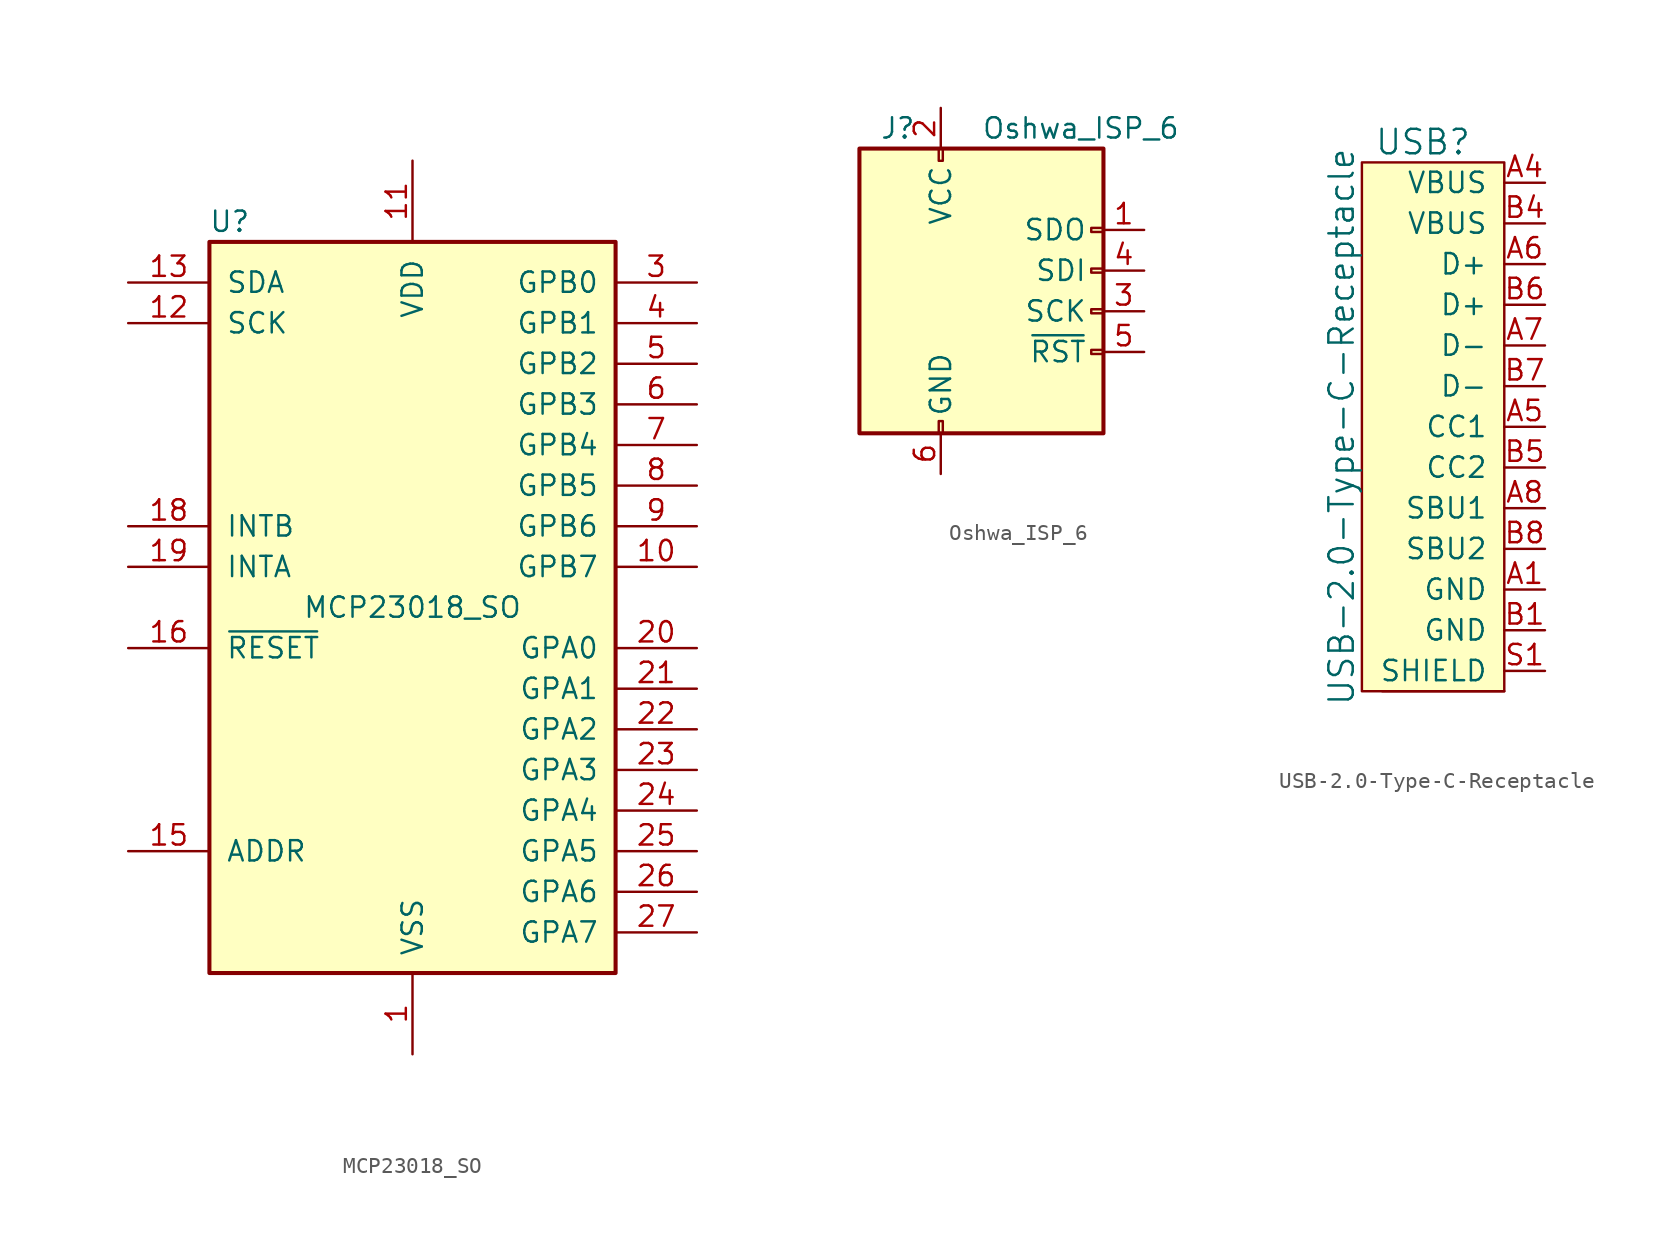
<source format=kicad_sym>
(kicad_symbol_lib
  (version 20211014)
  (generator kicad_symbol_editor)
  (symbol "MCP23018_SO"
    (pin_names
      (offset 1.016))
    (property "Reference" "U"
      (at -11.43 24.13 0)
      (effects (font (size 1.27 1.27))))
    (property "Value" "MCP23018_SO"
      (at 0 0 0)
      (effects (font (size 1.27 1.27))))
    (symbol "MCP23018_SO_0_1"
      (rectangle (start -12.7 22.86) (end 12.7 -22.86) (stroke (width 0.254) (type default) (color 0 0 0 0)) (fill (type background))))
    (symbol "MCP23018_SO_1_1"
      (pin power_in line (at 0 -27.94 90) (length 5.08) (name "VSS" (effects (font (size 1.27 1.27)))) (number "1" (effects (font (size 1.27 1.27)))))
      (pin bidirectional line (at 17.78 2.54 180) (length 5.08) (name "GPB7" (effects (font (size 1.27 1.27)))) (number "10" (effects (font (size 1.27 1.27)))))
      (pin power_in line (at 0 27.94 270) (length 5.08) (name "VDD" (effects (font (size 1.27 1.27)))) (number "11" (effects (font (size 1.27 1.27)))))
      (pin input line (at -17.78 17.78 0) (length 5.08) (name "SCK" (effects (font (size 1.27 1.27)))) (number "12" (effects (font (size 1.27 1.27)))))
      (pin bidirectional line (at -17.78 20.32 0) (length 5.08) (name "SDA" (effects (font (size 1.27 1.27)))) (number "13" (effects (font (size 1.27 1.27)))))
      (pin no_connect line (at -12.7 12.7 0) (length 5.08) hide (name "NC" (effects (font (size 1.27 1.27)))) (number "14" (effects (font (size 1.27 1.27)))))
      (pin input line (at -17.78 -15.24 0) (length 5.08) (name "ADDR" (effects (font (size 1.27 1.27)))) (number "15" (effects (font (size 1.27 1.27)))))
      (pin input line (at -17.78 -2.54 0) (length 5.08) (name "~{RESET}" (effects (font (size 1.27 1.27)))) (number "16" (effects (font (size 1.27 1.27)))))
      (pin no_connect line (at -12.7 10.16 0) (length 5.08) hide (name "NC" (effects (font (size 1.27 1.27)))) (number "17" (effects (font (size 1.27 1.27)))))
      (pin tri_state line (at -17.78 5.08 0) (length 5.08) (name "INTB" (effects (font (size 1.27 1.27)))) (number "18" (effects (font (size 1.27 1.27)))))
      (pin tri_state line (at -17.78 2.54 0) (length 5.08) (name "INTA" (effects (font (size 1.27 1.27)))) (number "19" (effects (font (size 1.27 1.27)))))
      (pin no_connect line (at -12.7 15.24 0) (length 5.08) hide (name "NC" (effects (font (size 1.27 1.27)))) (number "2" (effects (font (size 1.27 1.27)))))
      (pin bidirectional line (at 17.78 -2.54 180) (length 5.08) (name "GPA0" (effects (font (size 1.27 1.27)))) (number "20" (effects (font (size 1.27 1.27)))))
      (pin bidirectional line (at 17.78 -5.08 180) (length 5.08) (name "GPA1" (effects (font (size 1.27 1.27)))) (number "21" (effects (font (size 1.27 1.27)))))
      (pin bidirectional line (at 17.78 -7.62 180) (length 5.08) (name "GPA2" (effects (font (size 1.27 1.27)))) (number "22" (effects (font (size 1.27 1.27)))))
      (pin bidirectional line (at 17.78 -10.16 180) (length 5.08) (name "GPA3" (effects (font (size 1.27 1.27)))) (number "23" (effects (font (size 1.27 1.27)))))
      (pin bidirectional line (at 17.78 -12.7 180) (length 5.08) (name "GPA4" (effects (font (size 1.27 1.27)))) (number "24" (effects (font (size 1.27 1.27)))))
      (pin bidirectional line (at 17.78 -15.24 180) (length 5.08) (name "GPA5" (effects (font (size 1.27 1.27)))) (number "25" (effects (font (size 1.27 1.27)))))
      (pin bidirectional line (at 17.78 -17.78 180) (length 5.08) (name "GPA6" (effects (font (size 1.27 1.27)))) (number "26" (effects (font (size 1.27 1.27)))))
      (pin bidirectional line (at 17.78 -20.32 180) (length 5.08) (name "GPA7" (effects (font (size 1.27 1.27)))) (number "27" (effects (font (size 1.27 1.27)))))
      (pin no_connect line (at -12.7 7.62 0) (length 5.08) hide (name "NC" (effects (font (size 1.27 1.27)))) (number "28" (effects (font (size 1.27 1.27)))))
      (pin bidirectional line (at 17.78 20.32 180) (length 5.08) (name "GPB0" (effects (font (size 1.27 1.27)))) (number "3" (effects (font (size 1.27 1.27)))))
      (pin bidirectional line (at 17.78 17.78 180) (length 5.08) (name "GPB1" (effects (font (size 1.27 1.27)))) (number "4" (effects (font (size 1.27 1.27)))))
      (pin bidirectional line (at 17.78 15.24 180) (length 5.08) (name "GPB2" (effects (font (size 1.27 1.27)))) (number "5" (effects (font (size 1.27 1.27)))))
      (pin bidirectional line (at 17.78 12.7 180) (length 5.08) (name "GPB3" (effects (font (size 1.27 1.27)))) (number "6" (effects (font (size 1.27 1.27)))))
      (pin bidirectional line (at 17.78 10.16 180) (length 5.08) (name "GPB4" (effects (font (size 1.27 1.27)))) (number "7" (effects (font (size 1.27 1.27)))))
      (pin bidirectional line (at 17.78 7.62 180) (length 5.08) (name "GPB5" (effects (font (size 1.27 1.27)))) (number "8" (effects (font (size 1.27 1.27)))))
      (pin bidirectional line (at 17.78 5.08 180) (length 5.08) (name "GPB6" (effects (font (size 1.27 1.27)))) (number "9" (effects (font (size 1.27 1.27)))))))
  (symbol "Oshwa_ISP_6"
    (pin_names
      (offset 1.016))
    (property "Reference" "J"
      (at -6.35 11.43 0)
      (effects (font (size 1.27 1.27)) (justify left)))
    (property "Value" "Oshwa_ISP_6"
      (at 0 11.43 0)
      (effects (font (size 1.27 1.27)) (justify left)))
    (symbol "Oshwa_ISP_6_0_1"
      (rectangle (start -2.667 -6.858) (end -2.413 -7.62) (stroke (width 0) (type default) (color 0 0 0 0)) (fill (type none)))
      (rectangle (start -2.667 10.16) (end -2.413 9.398) (stroke (width 0) (type default) (color 0 0 0 0)) (fill (type none)))
      (rectangle (start 7.62 -2.413) (end 6.858 -2.667) (stroke (width 0) (type default) (color 0 0 0 0)) (fill (type none)))
      (rectangle (start 7.62 0.127) (end 6.858 -0.127) (stroke (width 0) (type default) (color 0 0 0 0)) (fill (type none)))
      (rectangle (start 7.62 2.667) (end 6.858 2.413) (stroke (width 0) (type default) (color 0 0 0 0)) (fill (type none)))
      (rectangle (start 7.62 5.207) (end 6.858 4.953) (stroke (width 0) (type default) (color 0 0 0 0)) (fill (type none)))
      (rectangle (start 7.62 10.16) (end -7.62 -7.62) (stroke (width 0.254) (type default) (color 0 0 0 0)) (fill (type background))))
    (symbol "Oshwa_ISP_6_1_1"
      (pin passive line (at 10.16 5.08 180) (length 2.54) (name "SDO" (effects (font (size 1.27 1.27)))) (number "1" (effects (font (size 1.27 1.27)))))
      (pin passive line (at -2.54 12.7 270) (length 2.54) (name "VCC" (effects (font (size 1.27 1.27)))) (number "2" (effects (font (size 1.27 1.27)))))
      (pin passive line (at 10.16 0 180) (length 2.54) (name "SCK" (effects (font (size 1.27 1.27)))) (number "3" (effects (font (size 1.27 1.27)))))
      (pin passive line (at 10.16 2.54 180) (length 2.54) (name "SDI" (effects (font (size 1.27 1.27)))) (number "4" (effects (font (size 1.27 1.27)))))
      (pin passive line (at 10.16 -2.54 180) (length 2.54) (name "~{RST}" (effects (font (size 1.27 1.27)))) (number "5" (effects (font (size 1.27 1.27)))))
      (pin passive line (at -2.54 -10.16 90) (length 2.54) (name "GND" (effects (font (size 1.27 1.27)))) (number "6" (effects (font (size 1.27 1.27)))))))
  (symbol "USB-2.0-Type-C-Receptacle"
    (pin_names
      (offset 1.016))
    (property "Reference" "USB"
      (at -5.08 16.51 0)
      (effects (font (size 1.524 1.524))))
    (property "Value" "USB-2.0-Type-C-Receptacle"
      (at -10.16 -1.27 90)
      (effects (font (size 1.524 1.524))))
    (symbol "USB-2.0-Type-C-Receptacle_0_1"
      (rectangle (start 0 -17.78) (end -8.89 15.24) (stroke (width 0) (type default) (color 0 0 0 0)) (fill (type background)))
      (rectangle (start 0 -17.78) (end -7.62 -17.78) (stroke (width 0) (type default) (color 0 0 0 0)) (fill (type none))))
    (symbol "USB-2.0-Type-C-Receptacle_1_1"
      (pin input line (at 2.54 -11.43 180) (length 2.54) (name "GND" (effects (font (size 1.27 1.27)))) (number "A1" (effects (font (size 1.27 1.27)))))
      (pin input line (at 2.54 13.97 180) (length 2.54) (name "VBUS" (effects (font (size 1.27 1.27)))) (number "A4" (effects (font (size 1.27 1.27)))))
      (pin input line (at 2.54 -1.27 180) (length 2.54) (name "CC1" (effects (font (size 1.27 1.27)))) (number "A5" (effects (font (size 1.27 1.27)))))
      (pin input line (at 2.54 8.89 180) (length 2.54) (name "D+" (effects (font (size 1.27 1.27)))) (number "A6" (effects (font (size 1.27 1.27)))))
      (pin input line (at 2.54 3.81 180) (length 2.54) (name "D-" (effects (font (size 1.27 1.27)))) (number "A7" (effects (font (size 1.27 1.27)))))
      (pin input line (at 2.54 -6.35 180) (length 2.54) (name "SBU1" (effects (font (size 1.27 1.27)))) (number "A8" (effects (font (size 1.27 1.27)))))
      (pin input line (at 2.54 -13.97 180) (length 2.54) (name "GND" (effects (font (size 1.27 1.27)))) (number "B1" (effects (font (size 1.27 1.27)))))
      (pin input line (at 2.54 11.43 180) (length 2.54) (name "VBUS" (effects (font (size 1.27 1.27)))) (number "B4" (effects (font (size 1.27 1.27)))))
      (pin input line (at 2.54 -3.81 180) (length 2.54) (name "CC2" (effects (font (size 1.27 1.27)))) (number "B5" (effects (font (size 1.27 1.27)))))
      (pin input line (at 2.54 6.35 180) (length 2.54) (name "D+" (effects (font (size 1.27 1.27)))) (number "B6" (effects (font (size 1.27 1.27)))))
      (pin input line (at 2.54 1.27 180) (length 2.54) (name "D-" (effects (font (size 1.27 1.27)))) (number "B7" (effects (font (size 1.27 1.27)))))
      (pin input line (at 2.54 -8.89 180) (length 2.54) (name "SBU2" (effects (font (size 1.27 1.27)))) (number "B8" (effects (font (size 1.27 1.27)))))
      (pin input line (at 2.54 -16.51 180) (length 2.54) (name "SHIELD" (effects (font (size 1.27 1.27)))) (number "S1" (effects (font (size 1.27 1.27))))))))
</source>
